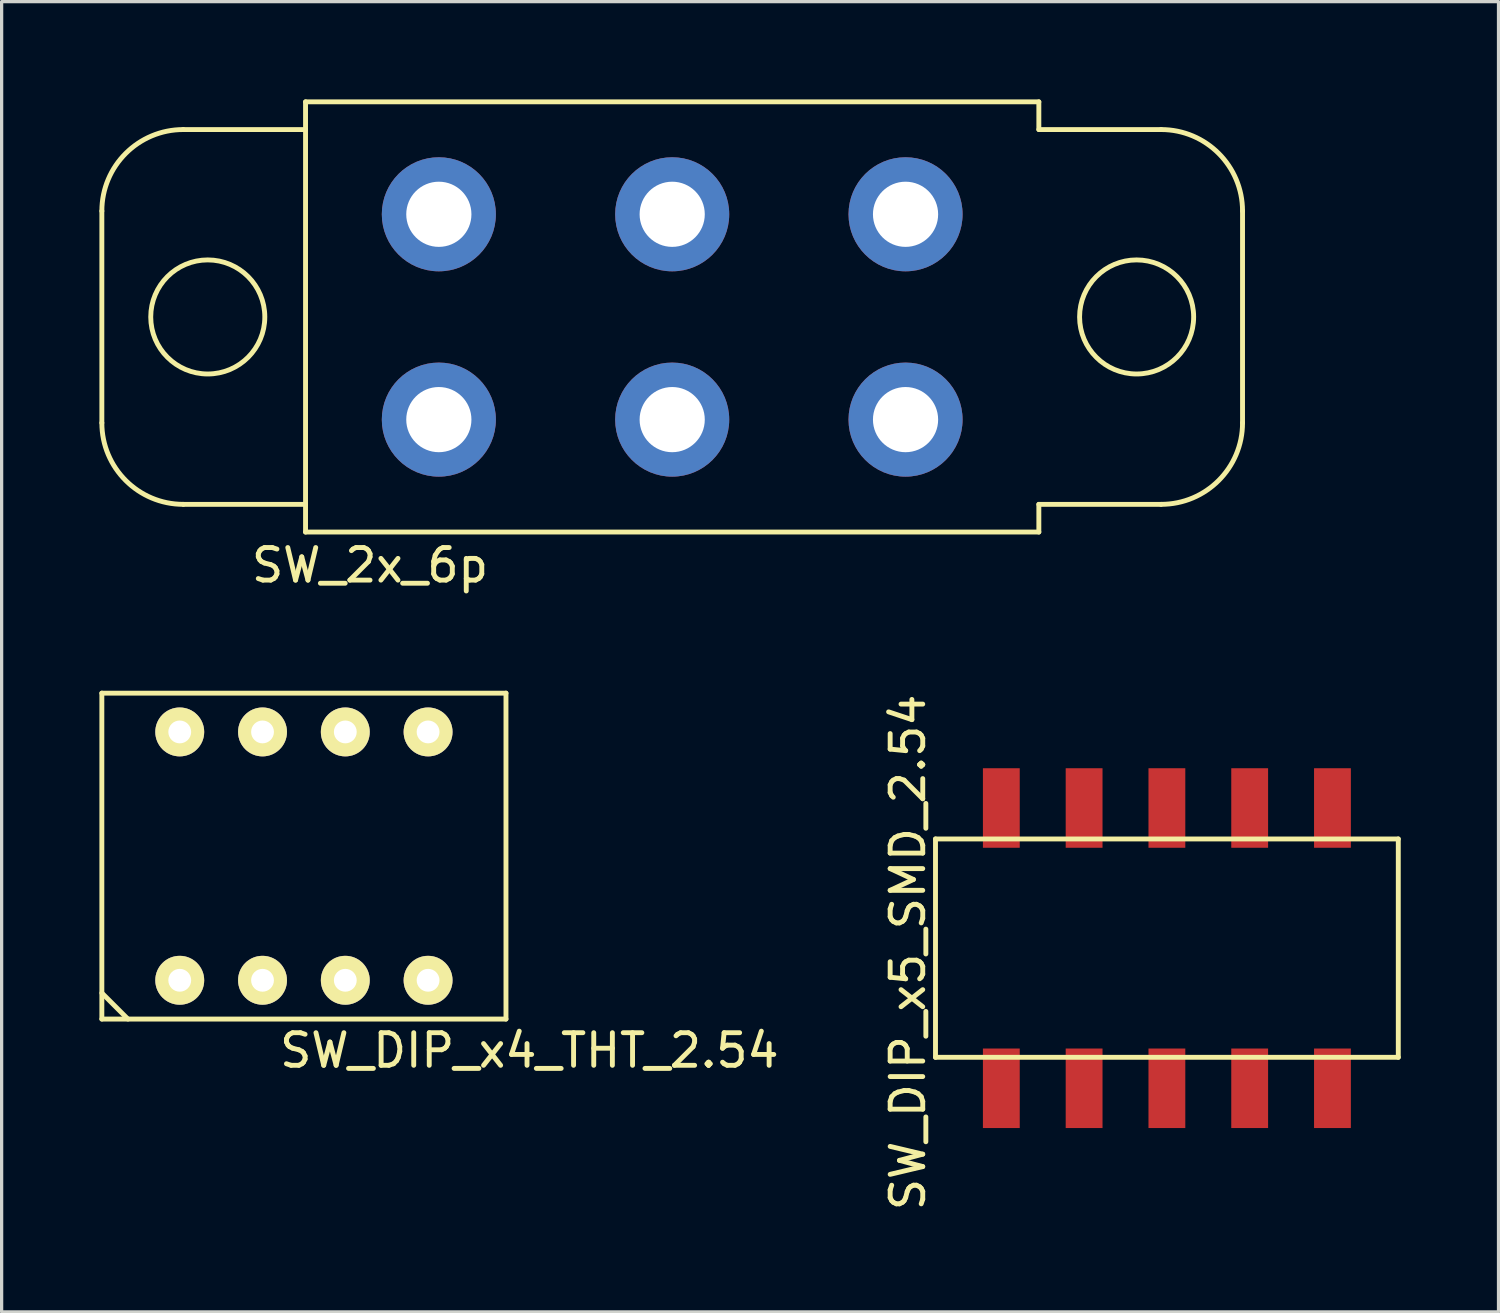
<source format=kicad_pcb>
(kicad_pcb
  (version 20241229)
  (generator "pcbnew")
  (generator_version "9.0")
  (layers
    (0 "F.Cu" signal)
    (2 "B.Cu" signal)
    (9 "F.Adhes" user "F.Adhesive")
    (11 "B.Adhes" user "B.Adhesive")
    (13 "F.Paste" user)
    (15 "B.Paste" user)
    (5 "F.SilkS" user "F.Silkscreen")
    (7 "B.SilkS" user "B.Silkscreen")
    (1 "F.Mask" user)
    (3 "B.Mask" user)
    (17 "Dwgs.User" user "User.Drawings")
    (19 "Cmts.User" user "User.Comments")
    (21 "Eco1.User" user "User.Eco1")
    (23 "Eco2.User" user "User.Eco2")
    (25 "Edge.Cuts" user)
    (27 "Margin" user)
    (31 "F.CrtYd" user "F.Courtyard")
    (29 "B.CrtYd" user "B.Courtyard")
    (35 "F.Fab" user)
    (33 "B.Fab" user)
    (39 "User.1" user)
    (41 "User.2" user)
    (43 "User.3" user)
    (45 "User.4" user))
  (footprint "SW_DIP_x4_THT_2.54"
    (layer "F.Cu")
    (at 6.275 23.218)
    (property "Reference" "SW_DIP_x4_THT_2.54" (at 6.917 5.964 180) (layer "F.SilkS") (effects (font (size 1 1) (thickness 0.15))))
    (attr through_hole)
    (fp_line (start -6.2 -5) (end -6.2 5) (stroke (width 0.15) (type solid)) (layer "F.SilkS"))
    (fp_line (start -6.2 4.2) (end -5.4 5) (stroke (width 0.15) (type solid)) (layer "F.SilkS"))
    (fp_line (start -6.2 5) (end 6.2 5) (stroke (width 0.15) (type solid)) (layer "F.SilkS"))
    (fp_line (start 6.2 -5) (end -6.2 -5) (stroke (width 0.15) (type solid)) (layer "F.SilkS"))
    (fp_line (start 6.2 5) (end 6.2 -5) (stroke (width 0.15) (type solid)) (layer "F.SilkS"))
    (pad "1" thru_hole circle (at -3.81 3.81) (size 1.5 1.5) (drill 0.7) (layers "*.Cu" "*.Mask" "F.SilkS"))
    (pad "2" thru_hole circle (at -1.27 3.81) (size 1.5 1.5) (drill 0.7) (layers "*.Cu" "*.Mask" "F.SilkS"))
    (pad "3" thru_hole circle (at 1.27 3.81) (size 1.5 1.5) (drill 0.7) (layers "*.Cu" "*.Mask" "F.SilkS"))
    (pad "4" thru_hole circle (at 3.81 3.81) (size 1.5 1.5) (drill 0.7) (layers "*.Cu" "*.Mask" "F.SilkS"))
    (pad "5" thru_hole circle (at 3.81 -3.81) (size 1.5 1.5) (drill 0.7) (layers "*.Cu" "*.Mask" "F.SilkS"))
    (pad "6" thru_hole circle (at 1.27 -3.81) (size 1.5 1.5) (drill 0.7) (layers "*.Cu" "*.Mask" "F.SilkS"))
    (pad "7" thru_hole circle (at -1.27 -3.81) (size 1.5 1.5) (drill 0.7) (layers "*.Cu" "*.Mask" "F.SilkS"))
    (pad "8" thru_hole circle (at -3.81 -3.81) (size 1.5 1.5) (drill 0.7) (layers "*.Cu" "*.Mask" "F.SilkS")))
  (footprint "SW_DIP_x5_SMD_2.54"
    (layer "F.Cu")
    (at 32.754 26.042)
    (property "Reference" "SW_DIP_x5_SMD_2.54" (at -7.946 0.131 90) (layer "F.SilkS") (effects (font (size 1 1) (thickness 0.15))))
    (attr through_hole)
    (fp_line (start -7.1 -3.35) (end -7.1 3.35) (stroke (width 0.15) (type solid)) (layer "F.SilkS"))
    (fp_line (start -7.1 3.35) (end 7.1 3.35) (stroke (width 0.15) (type solid)) (layer "F.SilkS"))
    (fp_line (start 7.1 -3.35) (end -7.1 -3.35) (stroke (width 0.15) (type solid)) (layer "F.SilkS"))
    (fp_line (start 7.1 3.35) (end 7.1 -3.35) (stroke (width 0.15) (type solid)) (layer "F.SilkS"))
    (pad "1" smd rect (at -5.08 4.3) (size 1.13 2.44) (layers "F.Cu" "F.Mask" "F.Paste"))
    (pad "2" smd rect (at -2.54 4.3) (size 1.13 2.44) (layers "F.Cu" "F.Mask" "F.Paste"))
    (pad "3" smd rect (at 0 4.3) (size 1.13 2.44) (layers "F.Cu" "F.Mask" "F.Paste"))
    (pad "4" smd rect (at 2.54 4.3) (size 1.13 2.44) (layers "F.Cu" "F.Mask" "F.Paste"))
    (pad "5" smd rect (at 5.08 4.3) (size 1.13 2.44) (layers "F.Cu" "F.Mask" "F.Paste"))
    (pad "6" smd rect (at 5.08 -4.3) (size 1.13 2.44) (layers "F.Cu" "F.Mask" "F.Paste"))
    (pad "7" smd rect (at 2.54 -4.3) (size 1.13 2.44) (layers "F.Cu" "F.Mask" "F.Paste"))
    (pad "8" smd rect (at 0 -4.3) (size 1.13 2.44) (layers "F.Cu" "F.Mask" "F.Paste"))
    (pad "9" smd rect (at -2.54 -4.3) (size 1.13 2.44) (layers "F.Cu" "F.Mask" "F.Paste"))
    (pad "10" smd rect (at -5.08 -4.3) (size 1.13 2.44) (layers "F.Cu" "F.Mask" "F.Paste")))
  (footprint "SW_2x_6p"
    (layer "F.Cu")
    (at 17.575 6.675)
    (property "Reference" "SW_2x_6p" (at -9.271 7.62 0) (layer "F.SilkS") (effects (font (size 1 1) (thickness 0.15))))
    (attr through_hole)
    (fp_line (start -17.5 3.25) (end -17.5 -3.25) (stroke (width 0.15) (type solid)) (layer "F.SilkS"))
    (fp_line (start -15 -5.75) (end -11.25 -5.75) (stroke (width 0.15) (type solid)) (layer "F.SilkS"))
    (fp_line (start -11.25 -6.6) (end 11.25 -6.6) (stroke (width 0.15) (type solid)) (layer "F.SilkS"))
    (fp_line (start -11.25 5.75) (end -15 5.75) (stroke (width 0.15) (type solid)) (layer "F.SilkS"))
    (fp_line (start -11.25 6.6) (end -11.25 -6.6) (stroke (width 0.15) (type solid)) (layer "F.SilkS"))
    (fp_line (start 11.25 -5.75) (end 11.25 -6.6) (stroke (width 0.15) (type solid)) (layer "F.SilkS"))
    (fp_line (start 11.25 -5.75) (end 15 -5.75) (stroke (width 0.15) (type solid)) (layer "F.SilkS"))
    (fp_line (start 11.25 6.6) (end -11.25 6.6) (stroke (width 0.15) (type solid)) (layer "F.SilkS"))
    (fp_line (start 11.25 6.6) (end 11.25 5.75) (stroke (width 0.15) (type solid)) (layer "F.SilkS"))
    (fp_line (start 15 5.75) (end 11.25 5.75) (stroke (width 0.15) (type solid)) (layer "F.SilkS"))
    (fp_line (start 17.5 -3.25) (end 17.5 3.25) (stroke (width 0.15) (type solid)) (layer "F.SilkS"))
    (fp_arc (start -17.5 -3.25) (mid -16.767767 -5.017767) (end -15 -5.75) (stroke (width 0.15) (type solid)) (layer "F.SilkS"))
    (fp_arc (start -15 5.75) (mid -16.767767 5.017767) (end -17.5 3.25) (stroke (width 0.15) (type solid)) (layer "F.SilkS"))
    (fp_arc (start 15 -5.75) (mid 16.767767 -5.017767) (end 17.5 -3.25) (stroke (width 0.15) (type solid)) (layer "F.SilkS"))
    (fp_arc (start 17.5 3.25) (mid 16.767767 5.017767) (end 15 5.75) (stroke (width 0.15) (type solid)) (layer "F.SilkS"))
    (fp_circle (center -14.25 0) (end -12.5 0) (stroke (width 0.15) (type solid)) (fill no) (layer "F.SilkS"))
    (fp_circle (center 14.25 0) (end 16 0) (stroke (width 0.15) (type solid)) (fill no) (layer "F.SilkS"))
    (pad "1" thru_hole circle (at -7.16 3.15) (size 3.5 3.5) (drill 2) (layers "*.Cu" "*.Mask"))
    (pad "2" thru_hole circle (at 0 3.15) (size 3.5 3.5) (drill 2) (layers "*.Cu" "*.Mask"))
    (pad "3" thru_hole circle (at 7.16 3.15) (size 3.5 3.5) (drill 2) (layers "*.Cu" "*.Mask"))
    (pad "4" thru_hole circle (at -7.16 -3.15) (size 3.5 3.5) (drill 2) (layers "*.Cu" "*.Mask"))
    (pad "5" thru_hole circle (at 0 -3.15) (size 3.5 3.5) (drill 2) (layers "*.Cu" "*.Mask"))
    (pad "6" thru_hole circle (at 7.16 -3.15) (size 3.5 3.5) (drill 2) (layers "*.Cu" "*.Mask")))
  (gr_rect
    (start -3 -3)
    (end 42.929 37.203)
    (stroke (width 0.1) (type default))
    (fill no)
    (layer "Edge.Cuts")))
</source>
